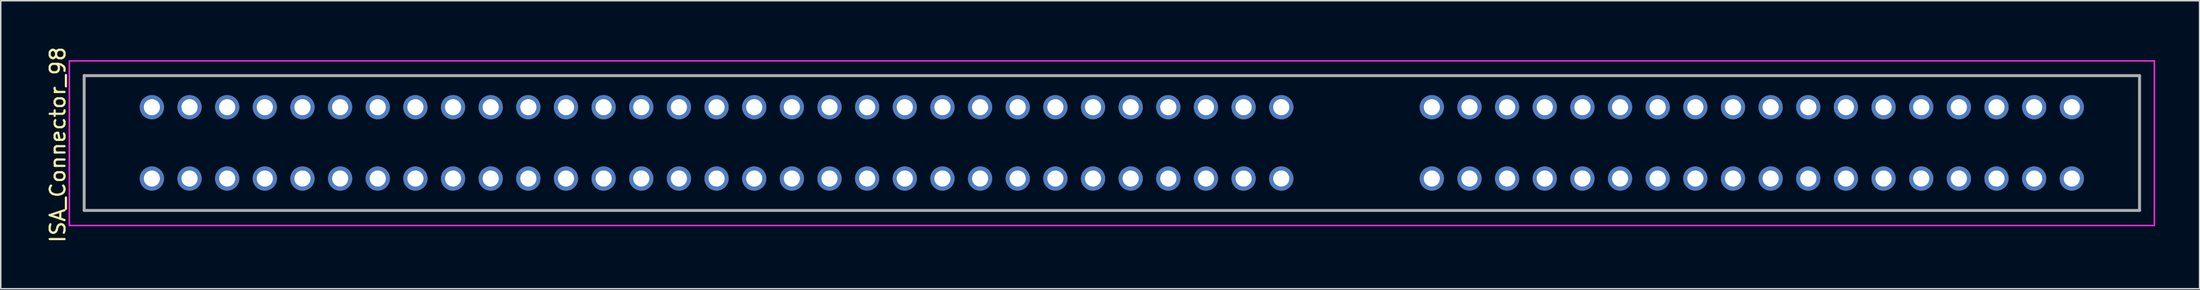
<source format=kicad_pcb>
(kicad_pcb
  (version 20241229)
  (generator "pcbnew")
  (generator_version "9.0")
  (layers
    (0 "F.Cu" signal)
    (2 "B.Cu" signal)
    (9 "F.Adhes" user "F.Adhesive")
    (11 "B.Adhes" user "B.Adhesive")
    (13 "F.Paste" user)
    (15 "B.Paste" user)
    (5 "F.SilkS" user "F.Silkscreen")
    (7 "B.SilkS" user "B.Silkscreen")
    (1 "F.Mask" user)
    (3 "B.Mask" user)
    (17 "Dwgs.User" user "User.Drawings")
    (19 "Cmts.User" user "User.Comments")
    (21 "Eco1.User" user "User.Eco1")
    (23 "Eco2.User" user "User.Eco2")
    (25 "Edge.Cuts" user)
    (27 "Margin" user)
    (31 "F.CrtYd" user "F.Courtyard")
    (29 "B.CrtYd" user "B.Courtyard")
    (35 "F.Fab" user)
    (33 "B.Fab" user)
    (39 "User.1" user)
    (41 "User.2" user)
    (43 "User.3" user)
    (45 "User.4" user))
  (footprint "ISA_Connector_98"
    (layer "F.Cu")
    (at 7.198 4.204)
    (property "Reference" "ISA_Connector_98" (at -6.35 2.54 90) (layer "F.SilkS") (effects (font (size 1 1) (thickness 0.15))))
    (attr through_hole)
    (fp_line (start -4.572 6.985) (end -4.57 -2.135) (stroke (width 0.12) (type solid)) (layer "F.SilkS"))
    (fp_line (start -4.57 -2.135) (end 134.11 -2.135) (stroke (width 0.1) (type solid)) (layer "F.SilkS"))
    (fp_line (start 134.112 6.985) (end -4.572 6.985) (stroke (width 0.12) (type solid)) (layer "F.SilkS"))
    (fp_line (start 134.112 6.985) (end 134.11 -2.135) (stroke (width 0.12) (type solid)) (layer "F.SilkS"))
    (fp_line (start -5.57 -3.135) (end 135.11 -3.135) (stroke (width 0.1) (type solid)) (layer "F.CrtYd"))
    (fp_line (start -5.57 8.001) (end -5.57 -3.135) (stroke (width 0.1) (type solid)) (layer "F.CrtYd"))
    (fp_line (start 135.11 -3.135) (end 135.11 8.001) (stroke (width 0.1) (type solid)) (layer "F.CrtYd"))
    (fp_line (start 135.11 8.001) (end -5.57 8.001) (stroke (width 0.1) (type solid)) (layer "F.CrtYd"))
    (fp_line (start -4.57 -2.135) (end 134.11 -2.135) (stroke (width 0.2) (type solid)) (layer "F.Fab"))
    (fp_line (start -4.57 6.985) (end -4.57 -2.135) (stroke (width 0.2) (type solid)) (layer "F.Fab"))
    (fp_line (start 134.11 -2.135) (end 134.11 6.985) (stroke (width 0.2) (type solid)) (layer "F.Fab"))
    (fp_line (start 134.11 6.985) (end -4.57 6.985) (stroke (width 0.2) (type solid)) (layer "F.Fab"))
    (pad "1" thru_hole circle (at 0 0) (size 1.635 1.635) (drill 1.09) (layers "*.Cu" "*.Mask"))
    (pad "2" thru_hole circle (at 2.54 0) (size 1.635 1.635) (drill 1.09) (layers "*.Cu" "*.Mask"))
    (pad "3" thru_hole circle (at 5.08 0) (size 1.635 1.635) (drill 1.09) (layers "*.Cu" "*.Mask"))
    (pad "4" thru_hole circle (at 7.62 0) (size 1.635 1.635) (drill 1.09) (layers "*.Cu" "*.Mask"))
    (pad "5" thru_hole circle (at 10.16 0) (size 1.635 1.635) (drill 1.09) (layers "*.Cu" "*.Mask"))
    (pad "6" thru_hole circle (at 12.7 0) (size 1.635 1.635) (drill 1.09) (layers "*.Cu" "*.Mask"))
    (pad "7" thru_hole circle (at 15.24 0) (size 1.635 1.635) (drill 1.09) (layers "*.Cu" "*.Mask"))
    (pad "8" thru_hole circle (at 17.78 0) (size 1.635 1.635) (drill 1.09) (layers "*.Cu" "*.Mask"))
    (pad "9" thru_hole circle (at 20.32 0) (size 1.635 1.635) (drill 1.09) (layers "*.Cu" "*.Mask"))
    (pad "10" thru_hole circle (at 22.86 0) (size 1.635 1.635) (drill 1.09) (layers "*.Cu" "*.Mask"))
    (pad "11" thru_hole circle (at 25.4 0) (size 1.635 1.635) (drill 1.09) (layers "*.Cu" "*.Mask"))
    (pad "12" thru_hole circle (at 27.94 0) (size 1.635 1.635) (drill 1.09) (layers "*.Cu" "*.Mask"))
    (pad "13" thru_hole circle (at 30.48 0) (size 1.635 1.635) (drill 1.09) (layers "*.Cu" "*.Mask"))
    (pad "14" thru_hole circle (at 33.02 0) (size 1.635 1.635) (drill 1.09) (layers "*.Cu" "*.Mask"))
    (pad "15" thru_hole circle (at 35.56 0) (size 1.635 1.635) (drill 1.09) (layers "*.Cu" "*.Mask"))
    (pad "16" thru_hole circle (at 38.1 0) (size 1.635 1.635) (drill 1.09) (layers "*.Cu" "*.Mask"))
    (pad "17" thru_hole circle (at 40.64 0) (size 1.635 1.635) (drill 1.09) (layers "*.Cu" "*.Mask"))
    (pad "18" thru_hole circle (at 43.18 0) (size 1.635 1.635) (drill 1.09) (layers "*.Cu" "*.Mask"))
    (pad "19" thru_hole circle (at 45.72 0) (size 1.635 1.635) (drill 1.09) (layers "*.Cu" "*.Mask"))
    (pad "20" thru_hole circle (at 48.26 0) (size 1.635 1.635) (drill 1.09) (layers "*.Cu" "*.Mask"))
    (pad "21" thru_hole circle (at 50.8 0) (size 1.635 1.635) (drill 1.09) (layers "*.Cu" "*.Mask"))
    (pad "22" thru_hole circle (at 53.34 0) (size 1.635 1.635) (drill 1.09) (layers "*.Cu" "*.Mask"))
    (pad "23" thru_hole circle (at 55.88 0) (size 1.635 1.635) (drill 1.09) (layers "*.Cu" "*.Mask"))
    (pad "24" thru_hole circle (at 58.42 0) (size 1.635 1.635) (drill 1.09) (layers "*.Cu" "*.Mask"))
    (pad "25" thru_hole circle (at 60.96 0) (size 1.635 1.635) (drill 1.09) (layers "*.Cu" "*.Mask"))
    (pad "26" thru_hole circle (at 63.5 0) (size 1.635 1.635) (drill 1.09) (layers "*.Cu" "*.Mask"))
    (pad "27" thru_hole circle (at 66.04 0) (size 1.635 1.635) (drill 1.09) (layers "*.Cu" "*.Mask"))
    (pad "28" thru_hole circle (at 68.58 0) (size 1.635 1.635) (drill 1.09) (layers "*.Cu" "*.Mask"))
    (pad "29" thru_hole circle (at 71.12 0) (size 1.635 1.635) (drill 1.09) (layers "*.Cu" "*.Mask"))
    (pad "30" thru_hole circle (at 73.66 0) (size 1.635 1.635) (drill 1.09) (layers "*.Cu" "*.Mask"))
    (pad "31" thru_hole circle (at 76.2 0) (size 1.635 1.635) (drill 1.09) (layers "*.Cu" "*.Mask"))
    (pad "32" thru_hole circle (at 0 4.826) (size 1.635 1.635) (drill 1.09) (layers "*.Cu" "*.Mask"))
    (pad "33" thru_hole circle (at 2.54 4.826) (size 1.635 1.635) (drill 1.09) (layers "*.Cu" "*.Mask"))
    (pad "34" thru_hole circle (at 5.08 4.826) (size 1.635 1.635) (drill 1.09) (layers "*.Cu" "*.Mask"))
    (pad "35" thru_hole circle (at 7.62 4.826) (size 1.635 1.635) (drill 1.09) (layers "*.Cu" "*.Mask"))
    (pad "36" thru_hole circle (at 10.16 4.826) (size 1.635 1.635) (drill 1.09) (layers "*.Cu" "*.Mask"))
    (pad "37" thru_hole circle (at 12.7 4.826) (size 1.635 1.635) (drill 1.09) (layers "*.Cu" "*.Mask"))
    (pad "38" thru_hole circle (at 15.24 4.826) (size 1.635 1.635) (drill 1.09) (layers "*.Cu" "*.Mask"))
    (pad "39" thru_hole circle (at 17.78 4.826) (size 1.635 1.635) (drill 1.09) (layers "*.Cu" "*.Mask"))
    (pad "40" thru_hole circle (at 20.32 4.826) (size 1.635 1.635) (drill 1.09) (layers "*.Cu" "*.Mask"))
    (pad "41" thru_hole circle (at 22.86 4.826) (size 1.635 1.635) (drill 1.09) (layers "*.Cu" "*.Mask"))
    (pad "42" thru_hole circle (at 25.4 4.826) (size 1.635 1.635) (drill 1.09) (layers "*.Cu" "*.Mask"))
    (pad "43" thru_hole circle (at 27.94 4.826) (size 1.635 1.635) (drill 1.09) (layers "*.Cu" "*.Mask"))
    (pad "44" thru_hole circle (at 30.48 4.826) (size 1.635 1.635) (drill 1.09) (layers "*.Cu" "*.Mask"))
    (pad "45" thru_hole circle (at 33.02 4.826) (size 1.635 1.635) (drill 1.09) (layers "*.Cu" "*.Mask"))
    (pad "46" thru_hole circle (at 35.56 4.826) (size 1.635 1.635) (drill 1.09) (layers "*.Cu" "*.Mask"))
    (pad "47" thru_hole circle (at 38.1 4.826) (size 1.635 1.635) (drill 1.09) (layers "*.Cu" "*.Mask"))
    (pad "48" thru_hole circle (at 40.64 4.826) (size 1.635 1.635) (drill 1.09) (layers "*.Cu" "*.Mask"))
    (pad "49" thru_hole circle (at 43.18 4.826) (size 1.635 1.635) (drill 1.09) (layers "*.Cu" "*.Mask"))
    (pad "50" thru_hole circle (at 45.72 4.826) (size 1.635 1.635) (drill 1.09) (layers "*.Cu" "*.Mask"))
    (pad "51" thru_hole circle (at 48.26 4.826) (size 1.635 1.635) (drill 1.09) (layers "*.Cu" "*.Mask"))
    (pad "52" thru_hole circle (at 50.8 4.826) (size 1.635 1.635) (drill 1.09) (layers "*.Cu" "*.Mask"))
    (pad "53" thru_hole circle (at 53.34 4.826) (size 1.635 1.635) (drill 1.09) (layers "*.Cu" "*.Mask"))
    (pad "54" thru_hole circle (at 55.88 4.826) (size 1.635 1.635) (drill 1.09) (layers "*.Cu" "*.Mask"))
    (pad "55" thru_hole circle (at 58.42 4.826) (size 1.635 1.635) (drill 1.09) (layers "*.Cu" "*.Mask"))
    (pad "56" thru_hole circle (at 60.96 4.826) (size 1.635 1.635) (drill 1.09) (layers "*.Cu" "*.Mask"))
    (pad "57" thru_hole circle (at 63.5 4.826) (size 1.635 1.635) (drill 1.09) (layers "*.Cu" "*.Mask"))
    (pad "58" thru_hole circle (at 66.04 4.826) (size 1.635 1.635) (drill 1.09) (layers "*.Cu" "*.Mask"))
    (pad "59" thru_hole circle (at 68.58 4.826) (size 1.635 1.635) (drill 1.09) (layers "*.Cu" "*.Mask"))
    (pad "60" thru_hole circle (at 71.12 4.826) (size 1.635 1.635) (drill 1.09) (layers "*.Cu" "*.Mask"))
    (pad "61" thru_hole circle (at 73.66 4.826) (size 1.635 1.635) (drill 1.09) (layers "*.Cu" "*.Mask"))
    (pad "62" thru_hole circle (at 76.2 4.826) (size 1.635 1.635) (drill 1.09) (layers "*.Cu" "*.Mask"))
    (pad "63" thru_hole circle (at 86.36 0) (size 1.635 1.635) (drill 1.09) (layers "*.Cu" "*.Mask"))
    (pad "64" thru_hole circle (at 88.9 0) (size 1.635 1.635) (drill 1.09) (layers "*.Cu" "*.Mask"))
    (pad "65" thru_hole circle (at 91.44 0) (size 1.635 1.635) (drill 1.09) (layers "*.Cu" "*.Mask"))
    (pad "66" thru_hole circle (at 93.98 0) (size 1.635 1.635) (drill 1.09) (layers "*.Cu" "*.Mask"))
    (pad "67" thru_hole circle (at 96.52 0) (size 1.635 1.635) (drill 1.09) (layers "*.Cu" "*.Mask"))
    (pad "68" thru_hole circle (at 99.06 0) (size 1.635 1.635) (drill 1.09) (layers "*.Cu" "*.Mask"))
    (pad "69" thru_hole circle (at 101.6 0) (size 1.635 1.635) (drill 1.09) (layers "*.Cu" "*.Mask"))
    (pad "70" thru_hole circle (at 104.14 0) (size 1.635 1.635) (drill 1.09) (layers "*.Cu" "*.Mask"))
    (pad "71" thru_hole circle (at 106.68 0) (size 1.635 1.635) (drill 1.09) (layers "*.Cu" "*.Mask"))
    (pad "72" thru_hole circle (at 109.22 0) (size 1.635 1.635) (drill 1.09) (layers "*.Cu" "*.Mask"))
    (pad "73" thru_hole circle (at 111.76 0) (size 1.635 1.635) (drill 1.09) (layers "*.Cu" "*.Mask"))
    (pad "74" thru_hole circle (at 114.3 0) (size 1.635 1.635) (drill 1.09) (layers "*.Cu" "*.Mask"))
    (pad "75" thru_hole circle (at 116.84 0) (size 1.635 1.635) (drill 1.09) (layers "*.Cu" "*.Mask"))
    (pad "76" thru_hole circle (at 119.38 0) (size 1.635 1.635) (drill 1.09) (layers "*.Cu" "*.Mask"))
    (pad "77" thru_hole circle (at 121.92 0) (size 1.635 1.635) (drill 1.09) (layers "*.Cu" "*.Mask"))
    (pad "78" thru_hole circle (at 124.46 0) (size 1.635 1.635) (drill 1.09) (layers "*.Cu" "*.Mask"))
    (pad "79" thru_hole circle (at 127 0) (size 1.635 1.635) (drill 1.09) (layers "*.Cu" "*.Mask"))
    (pad "80" thru_hole circle (at 129.54 0) (size 1.635 1.635) (drill 1.09) (layers "*.Cu" "*.Mask"))
    (pad "81" thru_hole circle (at 86.36 4.826) (size 1.635 1.635) (drill 1.09) (layers "*.Cu" "*.Mask"))
    (pad "82" thru_hole circle (at 88.9 4.826) (size 1.635 1.635) (drill 1.09) (layers "*.Cu" "*.Mask"))
    (pad "83" thru_hole circle (at 91.44 4.826) (size 1.635 1.635) (drill 1.09) (layers "*.Cu" "*.Mask"))
    (pad "84" thru_hole circle (at 93.98 4.826) (size 1.635 1.635) (drill 1.09) (layers "*.Cu" "*.Mask"))
    (pad "85" thru_hole circle (at 96.52 4.826) (size 1.635 1.635) (drill 1.09) (layers "*.Cu" "*.Mask"))
    (pad "86" thru_hole circle (at 99.06 4.826) (size 1.635 1.635) (drill 1.09) (layers "*.Cu" "*.Mask"))
    (pad "87" thru_hole circle (at 101.6 4.826) (size 1.635 1.635) (drill 1.09) (layers "*.Cu" "*.Mask"))
    (pad "88" thru_hole circle (at 104.14 4.826) (size 1.635 1.635) (drill 1.09) (layers "*.Cu" "*.Mask"))
    (pad "89" thru_hole circle (at 106.68 4.826) (size 1.635 1.635) (drill 1.09) (layers "*.Cu" "*.Mask"))
    (pad "90" thru_hole circle (at 109.22 4.826) (size 1.635 1.635) (drill 1.09) (layers "*.Cu" "*.Mask"))
    (pad "91" thru_hole circle (at 111.76 4.826) (size 1.635 1.635) (drill 1.09) (layers "*.Cu" "*.Mask"))
    (pad "92" thru_hole circle (at 114.3 4.826) (size 1.635 1.635) (drill 1.09) (layers "*.Cu" "*.Mask"))
    (pad "93" thru_hole circle (at 116.84 4.826) (size 1.635 1.635) (drill 1.09) (layers "*.Cu" "*.Mask"))
    (pad "94" thru_hole circle (at 119.38 4.826) (size 1.635 1.635) (drill 1.09) (layers "*.Cu" "*.Mask"))
    (pad "95" thru_hole circle (at 121.92 4.826) (size 1.635 1.635) (drill 1.09) (layers "*.Cu" "*.Mask"))
    (pad "96" thru_hole circle (at 124.46 4.826) (size 1.635 1.635) (drill 1.09) (layers "*.Cu" "*.Mask"))
    (pad "97" thru_hole circle (at 127 4.826) (size 1.635 1.635) (drill 1.09) (layers "*.Cu" "*.Mask"))
    (pad "98" thru_hole circle (at 129.54 4.826) (size 1.635 1.635) (drill 1.09) (layers "*.Cu" "*.Mask")))
  (gr_rect
    (start -3 -3)
    (end 145.358 16.488)
    (stroke (width 0.1) (type default))
    (fill no)
    (layer "Edge.Cuts")))
</source>
